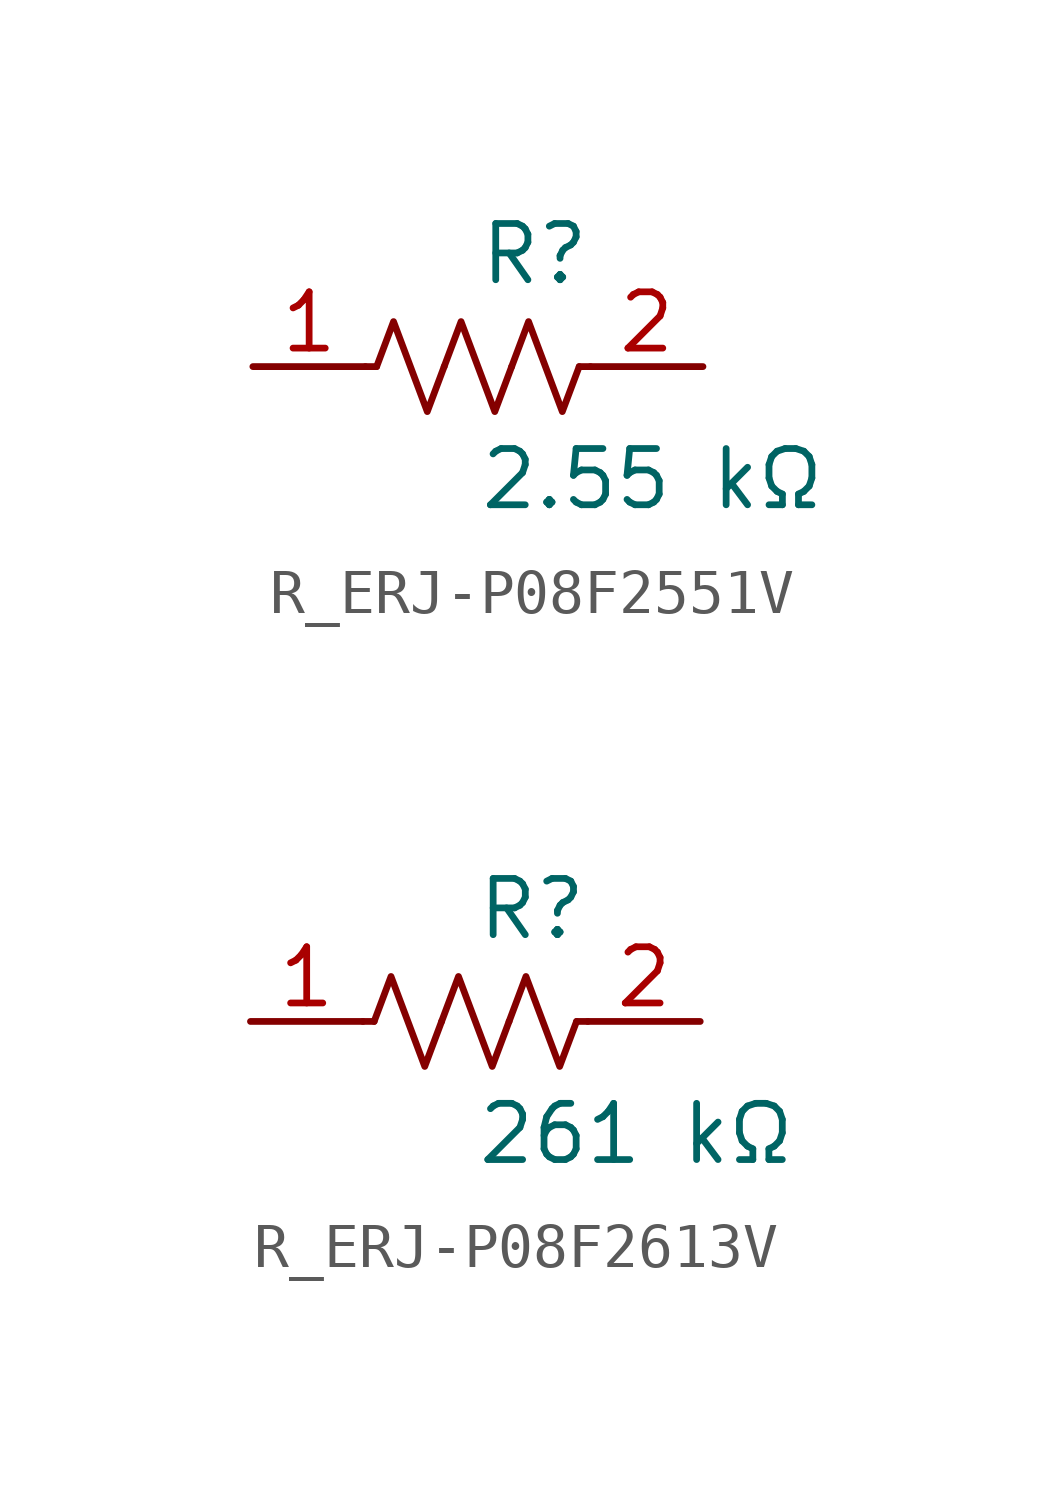
<source format=kicad_sym>
(kicad_symbol_lib
  (version 20231120)
  (generator kicad_symbol_editor)
  (generator_version 8.0)
  (symbol "R_ERJ-P08F2551V"
    (pin_names
      (offset 0.254))
    (property "Reference" "R"
      (at 0.0 2.54 0)
      (effects (font (size 1.27 1.27)) (justify left)))
    (property "Value" "2.55 kΩ"
      (at 0.0 -2.54 0)
      (effects (font (size 1.27 1.27)) (justify left)))
    (symbol "R_ERJ-P08F2551V_0_1"
      (polyline (pts (xy 2.286 0) (xy 2.54 0)) (stroke (width 0) (type default)) (fill (type none)))
      (polyline (pts (xy -2.286 0) (xy -2.54 0)) (stroke (width 0) (type default)) (fill (type none)))
      (polyline (pts (xy 0.762 0) (xy 1.143 1.016) (xy 1.524 0) (xy 1.905 -1.016) (xy 2.286 0)) (stroke (width 0) (type default)) (fill (type none)))
      (polyline (pts (xy -0.762 0) (xy -0.381 1.016) (xy 0 0) (xy 0.381 -1.016) (xy 0.762 0)) (stroke (width 0) (type default)) (fill (type none)))
      (polyline (pts (xy -2.286 0) (xy -1.905 1.016) (xy -1.524 0) (xy -1.143 -1.016) (xy -0.762 0)) (stroke (width 0) (type default)) (fill (type none))))
    (pin unspecified line
      (at -5.08 0 0)
      (length 2.54)
      (name "" (effects (font (size 1.27 1.27))))
      (number "1" (effects (font (size 1.27 1.27)))))
    (pin unspecified line
      (at 5.08 0 180)
      (length 2.54)
      (name "" (effects (font (size 1.27 1.27))))
      (number "2" (effects (font (size 1.27 1.27))))))
  (symbol "R_ERJ-P08F2613V"
    (pin_names
      (offset 0.254))
    (property "Reference" "R"
      (at 0.0 2.54 0)
      (effects (font (size 1.27 1.27)) (justify left)))
    (property "Value" "261 kΩ"
      (at 0.0 -2.54 0)
      (effects (font (size 1.27 1.27)) (justify left)))
    (symbol "R_ERJ-P08F2613V_0_1"
      (polyline (pts (xy 2.286 0) (xy 2.54 0)) (stroke (width 0) (type default)) (fill (type none)))
      (polyline (pts (xy -2.286 0) (xy -2.54 0)) (stroke (width 0) (type default)) (fill (type none)))
      (polyline (pts (xy 0.762 0) (xy 1.143 1.016) (xy 1.524 0) (xy 1.905 -1.016) (xy 2.286 0)) (stroke (width 0) (type default)) (fill (type none)))
      (polyline (pts (xy -0.762 0) (xy -0.381 1.016) (xy 0 0) (xy 0.381 -1.016) (xy 0.762 0)) (stroke (width 0) (type default)) (fill (type none)))
      (polyline (pts (xy -2.286 0) (xy -1.905 1.016) (xy -1.524 0) (xy -1.143 -1.016) (xy -0.762 0)) (stroke (width 0) (type default)) (fill (type none))))
    (pin unspecified line
      (at -5.08 0 0)
      (length 2.54)
      (name "" (effects (font (size 1.27 1.27))))
      (number "1" (effects (font (size 1.27 1.27)))))
    (pin unspecified line
      (at 5.08 0 180)
      (length 2.54)
      (name "" (effects (font (size 1.27 1.27))))
      (number "2" (effects (font (size 1.27 1.27)))))))
</source>
